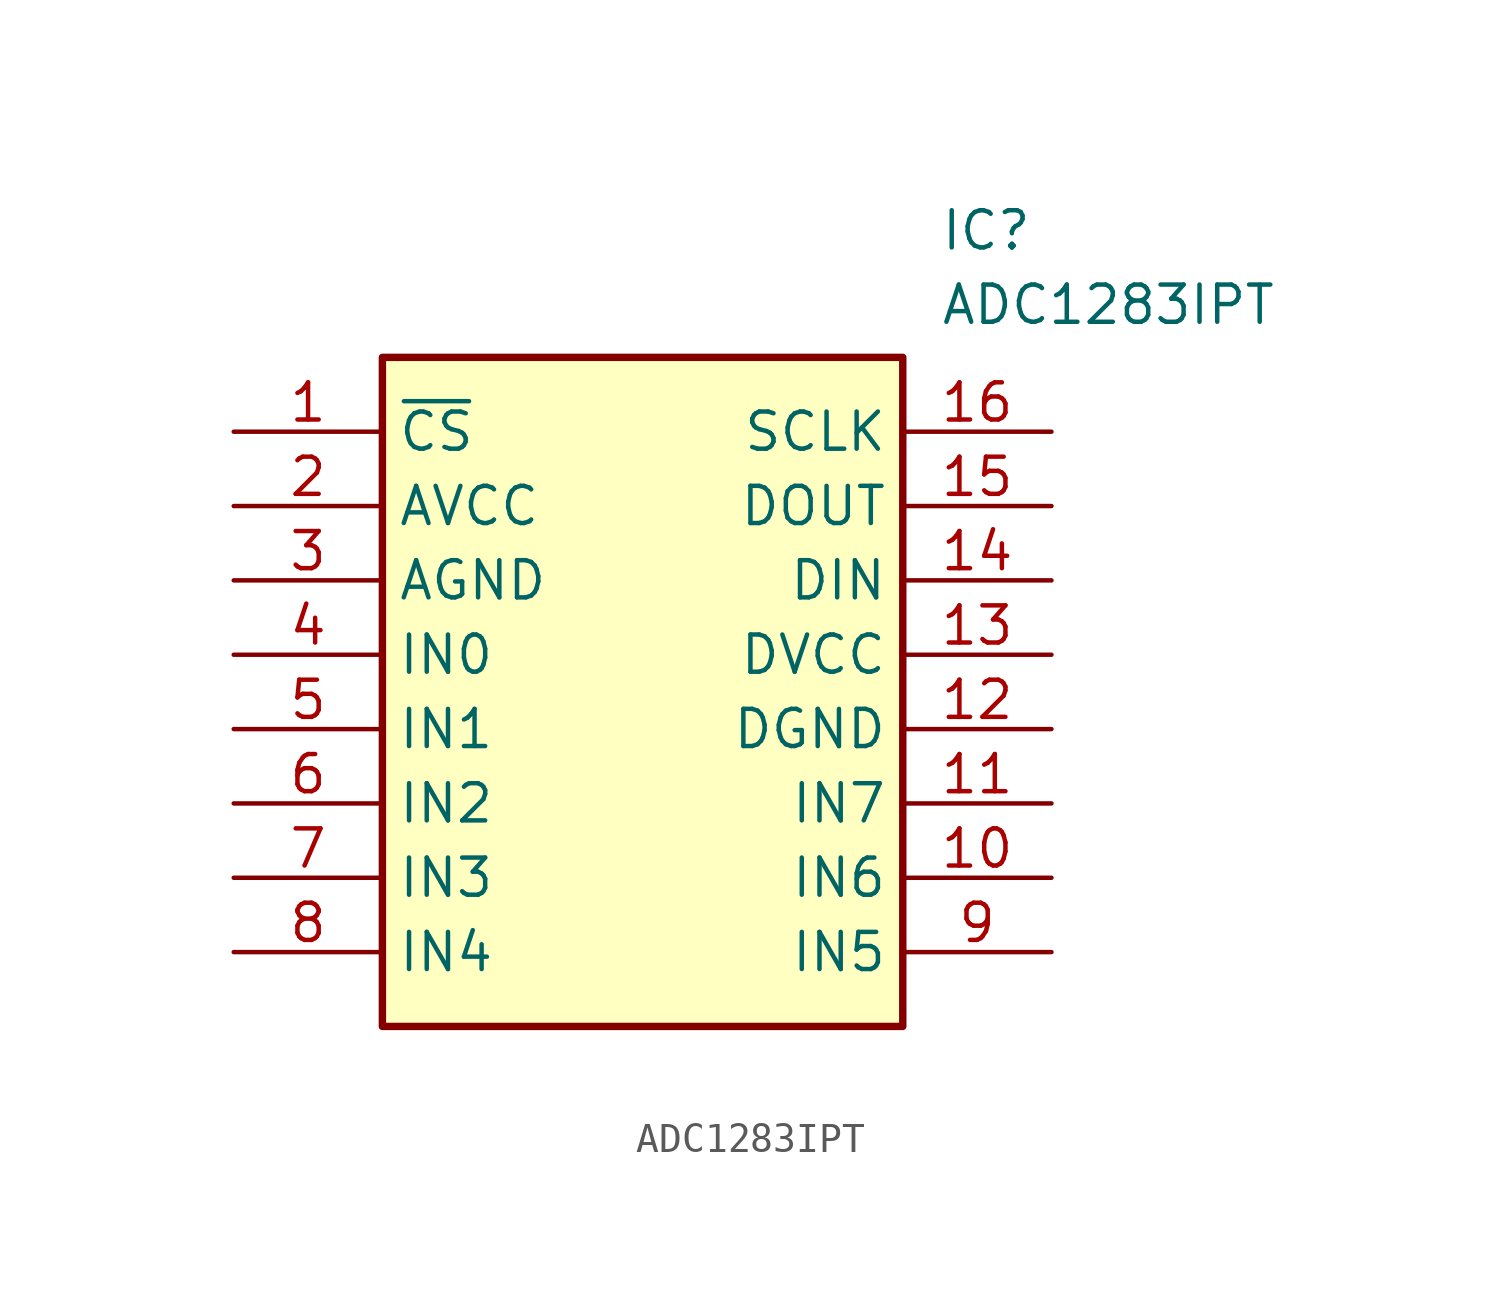
<source format=kicad_sym>
(kicad_symbol_lib
  (version 20211014)
  (generator SamacSys_ECAD_Model)
  (symbol "ADC1283IPT"
    (property "Reference" "IC"
      (at 24.13 7.62 0)
      (effects (font (size 1.27 1.27)) (justify left top)))
    (property "Value" "ADC1283IPT"
      (at 24.13 5.08 0)
      (effects (font (size 1.27 1.27)) (justify left top)))
    (rectangle
      (start 5.08 2.54)
      (end 22.86 -20.32)
      (stroke (width 0.254) (type default))
      (fill (type background)))
    (pin passive line
      (at 0 0 0)
      (length 5.08)
      (name "~{CS}" (effects (font (size 1.27 1.27))))
      (number "1" (effects (font (size 1.27 1.27)))))
    (pin passive line
      (at 0 -2.54 0)
      (length 5.08)
      (name "AVCC" (effects (font (size 1.27 1.27))))
      (number "2" (effects (font (size 1.27 1.27)))))
    (pin passive line
      (at 0 -5.08 0)
      (length 5.08)
      (name "AGND" (effects (font (size 1.27 1.27))))
      (number "3" (effects (font (size 1.27 1.27)))))
    (pin passive line
      (at 0 -7.62 0)
      (length 5.08)
      (name "IN0" (effects (font (size 1.27 1.27))))
      (number "4" (effects (font (size 1.27 1.27)))))
    (pin passive line
      (at 0 -10.16 0)
      (length 5.08)
      (name "IN1" (effects (font (size 1.27 1.27))))
      (number "5" (effects (font (size 1.27 1.27)))))
    (pin passive line
      (at 0 -12.7 0)
      (length 5.08)
      (name "IN2" (effects (font (size 1.27 1.27))))
      (number "6" (effects (font (size 1.27 1.27)))))
    (pin passive line
      (at 0 -15.24 0)
      (length 5.08)
      (name "IN3" (effects (font (size 1.27 1.27))))
      (number "7" (effects (font (size 1.27 1.27)))))
    (pin passive line
      (at 0 -17.78 0)
      (length 5.08)
      (name "IN4" (effects (font (size 1.27 1.27))))
      (number "8" (effects (font (size 1.27 1.27)))))
    (pin passive line
      (at 27.94 0 180)
      (length 5.08)
      (name "SCLK" (effects (font (size 1.27 1.27))))
      (number "16" (effects (font (size 1.27 1.27)))))
    (pin passive line
      (at 27.94 -2.54 180)
      (length 5.08)
      (name "DOUT" (effects (font (size 1.27 1.27))))
      (number "15" (effects (font (size 1.27 1.27)))))
    (pin passive line
      (at 27.94 -5.08 180)
      (length 5.08)
      (name "DIN" (effects (font (size 1.27 1.27))))
      (number "14" (effects (font (size 1.27 1.27)))))
    (pin passive line
      (at 27.94 -7.62 180)
      (length 5.08)
      (name "DVCC" (effects (font (size 1.27 1.27))))
      (number "13" (effects (font (size 1.27 1.27)))))
    (pin passive line
      (at 27.94 -10.16 180)
      (length 5.08)
      (name "DGND" (effects (font (size 1.27 1.27))))
      (number "12" (effects (font (size 1.27 1.27)))))
    (pin passive line
      (at 27.94 -12.7 180)
      (length 5.08)
      (name "IN7" (effects (font (size 1.27 1.27))))
      (number "11" (effects (font (size 1.27 1.27)))))
    (pin passive line
      (at 27.94 -15.24 180)
      (length 5.08)
      (name "IN6" (effects (font (size 1.27 1.27))))
      (number "10" (effects (font (size 1.27 1.27)))))
    (pin passive line
      (at 27.94 -17.78 180)
      (length 5.08)
      (name "IN5" (effects (font (size 1.27 1.27))))
      (number "9" (effects (font (size 1.27 1.27)))))))
</source>
